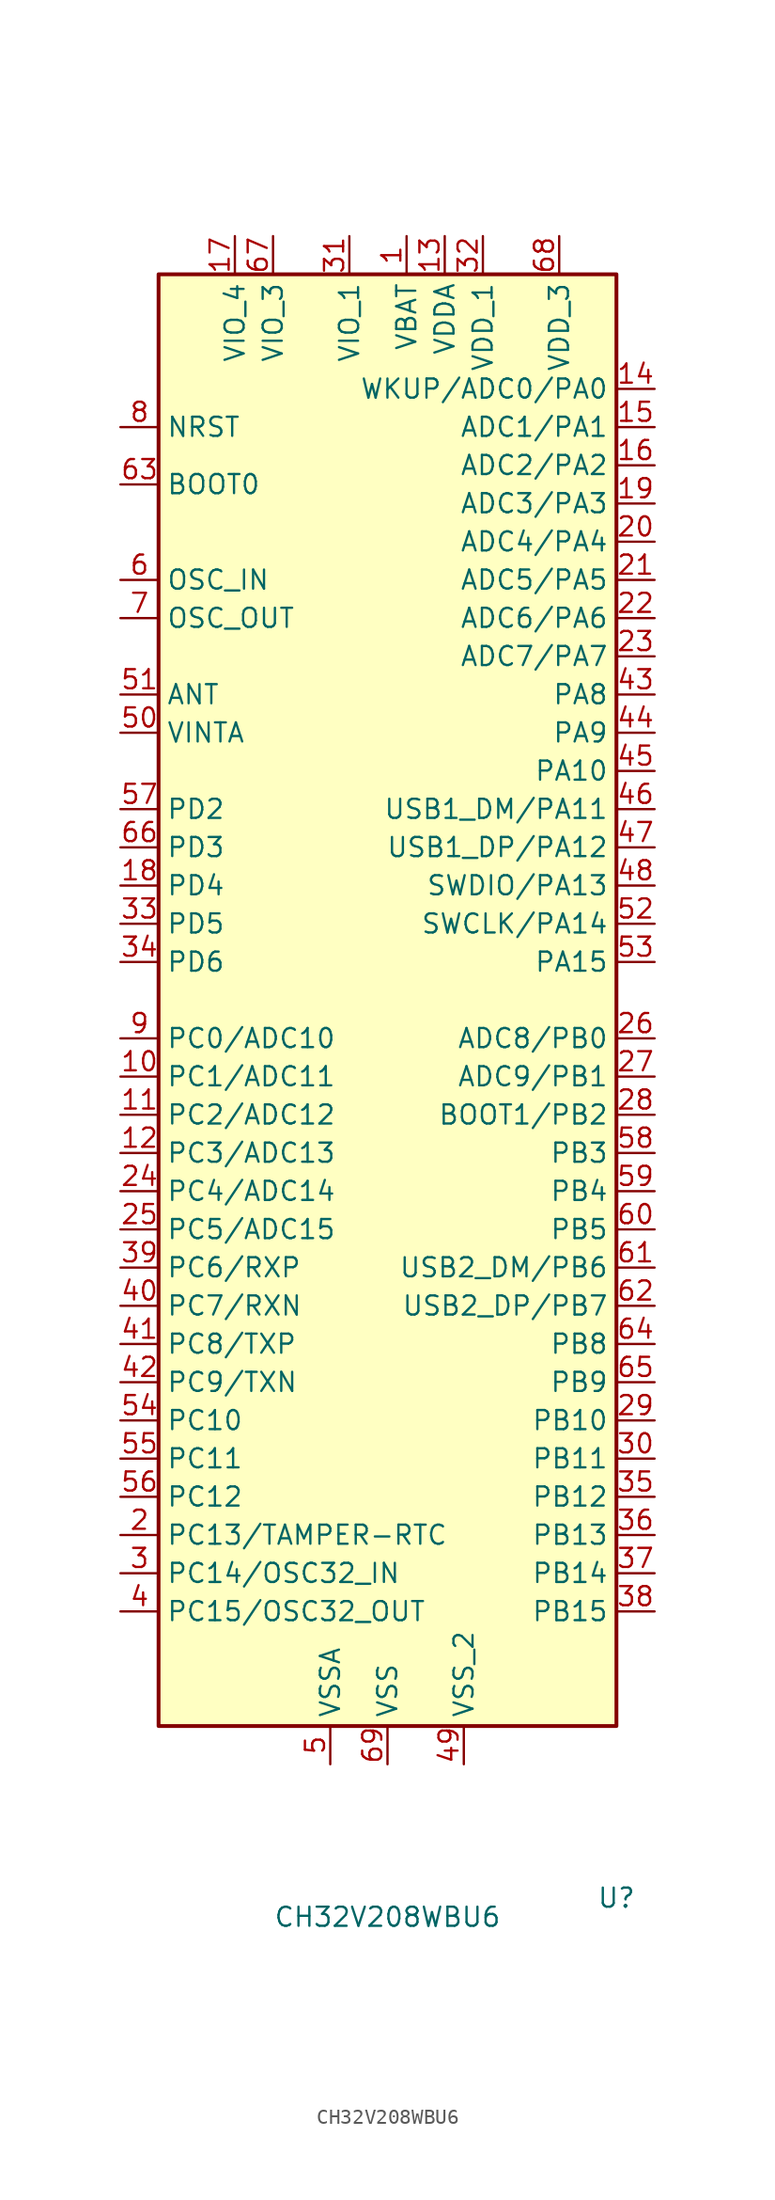
<source format=kicad_sym>
(kicad_symbol_lib
  (version 20220914)
  (generator kicad_symbol_editor)
  (symbol "CH32V208WBU6"
    (property "Reference" "U"
      (at 15.24 -59.69 0)
      (effects (font (size 1.27 1.27))))
    (property "Value" "CH32V208WBU6"
      (at 0 -60.96 0)
      (effects (font (size 1.27 1.27))))
    (symbol "CH32V208WBU6_0_1"
      (rectangle (start -15.24 48.26) (end 15.24 -48.26) (stroke (width 0.254) (type default)) (fill (type background))))
    (symbol "CH32V208WBU6_1_1"
      (pin power_in line (at 1.27 50.8 270) (length 2.54) (name "VBAT" (effects (font (size 1.27 1.27)))) (number "1" (effects (font (size 1.27 1.27)))))
      (pin bidirectional line (at -17.78 -5.08 0) (length 2.54) (name "PC1/ADC11" (effects (font (size 1.27 1.27)))) (number "10" (effects (font (size 1.27 1.27)))))
      (pin bidirectional line (at -17.78 -7.62 0) (length 2.54) (name "PC2/ADC12" (effects (font (size 1.27 1.27)))) (number "11" (effects (font (size 1.27 1.27)))))
      (pin bidirectional line (at -17.78 -10.16 0) (length 2.54) (name "PC3/ADC13" (effects (font (size 1.27 1.27)))) (number "12" (effects (font (size 1.27 1.27)))))
      (pin power_in line (at 3.81 50.8 270) (length 2.54) (name "VDDA" (effects (font (size 1.27 1.27)))) (number "13" (effects (font (size 1.27 1.27)))))
      (pin bidirectional line (at 17.78 40.64 180) (length 2.54) (name "WKUP/ADC0/PA0" (effects (font (size 1.27 1.27)))) (number "14" (effects (font (size 1.27 1.27)))))
      (pin bidirectional line (at 17.78 38.1 180) (length 2.54) (name "ADC1/PA1" (effects (font (size 1.27 1.27)))) (number "15" (effects (font (size 1.27 1.27)))))
      (pin bidirectional line (at 17.78 35.56 180) (length 2.54) (name "ADC2/PA2" (effects (font (size 1.27 1.27)))) (number "16" (effects (font (size 1.27 1.27)))))
      (pin power_in line (at -10.16 50.8 270) (length 2.54) (name "VIO_4" (effects (font (size 1.27 1.27)))) (number "17" (effects (font (size 1.27 1.27)))))
      (pin bidirectional line (at -17.78 7.62 0) (length 2.54) (name "PD4" (effects (font (size 1.27 1.27)))) (number "18" (effects (font (size 1.27 1.27)))))
      (pin bidirectional line (at 17.78 33.02 180) (length 2.54) (name "ADC3/PA3" (effects (font (size 1.27 1.27)))) (number "19" (effects (font (size 1.27 1.27)))))
      (pin bidirectional line (at -17.78 -35.56 0) (length 2.54) (name "PC13/TAMPER-RTC" (effects (font (size 1.27 1.27)))) (number "2" (effects (font (size 1.27 1.27)))))
      (pin bidirectional line (at 17.78 30.48 180) (length 2.54) (name "ADC4/PA4" (effects (font (size 1.27 1.27)))) (number "20" (effects (font (size 1.27 1.27)))))
      (pin bidirectional line (at 17.78 27.94 180) (length 2.54) (name "ADC5/PA5" (effects (font (size 1.27 1.27)))) (number "21" (effects (font (size 1.27 1.27)))))
      (pin bidirectional line (at 17.78 25.4 180) (length 2.54) (name "ADC6/PA6" (effects (font (size 1.27 1.27)))) (number "22" (effects (font (size 1.27 1.27)))))
      (pin bidirectional line (at 17.78 22.86 180) (length 2.54) (name "ADC7/PA7" (effects (font (size 1.27 1.27)))) (number "23" (effects (font (size 1.27 1.27)))))
      (pin bidirectional line (at -17.78 -12.7 0) (length 2.54) (name "PC4/ADC14" (effects (font (size 1.27 1.27)))) (number "24" (effects (font (size 1.27 1.27)))))
      (pin bidirectional line (at -17.78 -15.24 0) (length 2.54) (name "PC5/ADC15" (effects (font (size 1.27 1.27)))) (number "25" (effects (font (size 1.27 1.27)))))
      (pin bidirectional line (at 17.78 -2.54 180) (length 2.54) (name "ADC8/PB0" (effects (font (size 1.27 1.27)))) (number "26" (effects (font (size 1.27 1.27)))))
      (pin bidirectional line (at 17.78 -5.08 180) (length 2.54) (name "ADC9/PB1" (effects (font (size 1.27 1.27)))) (number "27" (effects (font (size 1.27 1.27)))))
      (pin bidirectional line (at 17.78 -7.62 180) (length 2.54) (name "BOOT1/PB2" (effects (font (size 1.27 1.27)))) (number "28" (effects (font (size 1.27 1.27)))))
      (pin bidirectional line (at 17.78 -27.94 180) (length 2.54) (name "PB10" (effects (font (size 1.27 1.27)))) (number "29" (effects (font (size 1.27 1.27)))))
      (pin bidirectional line (at -17.78 -38.1 0) (length 2.54) (name "PC14/OSC32_IN" (effects (font (size 1.27 1.27)))) (number "3" (effects (font (size 1.27 1.27)))))
      (pin bidirectional line (at 17.78 -30.48 180) (length 2.54) (name "PB11" (effects (font (size 1.27 1.27)))) (number "30" (effects (font (size 1.27 1.27)))))
      (pin power_in line (at -2.54 50.8 270) (length 2.54) (name "VIO_1" (effects (font (size 1.27 1.27)))) (number "31" (effects (font (size 1.27 1.27)))))
      (pin power_in line (at 6.35 50.8 270) (length 2.54) (name "VDD_1" (effects (font (size 1.27 1.27)))) (number "32" (effects (font (size 1.27 1.27)))))
      (pin bidirectional line (at -17.78 5.08 0) (length 2.54) (name "PD5" (effects (font (size 1.27 1.27)))) (number "33" (effects (font (size 1.27 1.27)))))
      (pin bidirectional line (at -17.78 2.54 0) (length 2.54) (name "PD6" (effects (font (size 1.27 1.27)))) (number "34" (effects (font (size 1.27 1.27)))))
      (pin bidirectional line (at 17.78 -33.02 180) (length 2.54) (name "PB12" (effects (font (size 1.27 1.27)))) (number "35" (effects (font (size 1.27 1.27)))))
      (pin bidirectional line (at 17.78 -35.56 180) (length 2.54) (name "PB13" (effects (font (size 1.27 1.27)))) (number "36" (effects (font (size 1.27 1.27)))))
      (pin bidirectional line (at 17.78 -38.1 180) (length 2.54) (name "PB14" (effects (font (size 1.27 1.27)))) (number "37" (effects (font (size 1.27 1.27)))))
      (pin bidirectional line (at 17.78 -40.64 180) (length 2.54) (name "PB15" (effects (font (size 1.27 1.27)))) (number "38" (effects (font (size 1.27 1.27)))))
      (pin bidirectional line (at -17.78 -17.78 0) (length 2.54) (name "PC6/RXP" (effects (font (size 1.27 1.27)))) (number "39" (effects (font (size 1.27 1.27)))))
      (pin bidirectional line (at -17.78 -40.64 0) (length 2.54) (name "PC15/OSC32_OUT" (effects (font (size 1.27 1.27)))) (number "4" (effects (font (size 1.27 1.27)))))
      (pin bidirectional line (at -17.78 -20.32 0) (length 2.54) (name "PC7/RXN" (effects (font (size 1.27 1.27)))) (number "40" (effects (font (size 1.27 1.27)))))
      (pin bidirectional line (at -17.78 -22.86 0) (length 2.54) (name "PC8/TXP" (effects (font (size 1.27 1.27)))) (number "41" (effects (font (size 1.27 1.27)))))
      (pin bidirectional line (at -17.78 -25.4 0) (length 2.54) (name "PC9/TXN" (effects (font (size 1.27 1.27)))) (number "42" (effects (font (size 1.27 1.27)))))
      (pin bidirectional line (at 17.78 20.32 180) (length 2.54) (name "PA8" (effects (font (size 1.27 1.27)))) (number "43" (effects (font (size 1.27 1.27)))))
      (pin bidirectional line (at 17.78 17.78 180) (length 2.54) (name "PA9" (effects (font (size 1.27 1.27)))) (number "44" (effects (font (size 1.27 1.27)))))
      (pin bidirectional line (at 17.78 15.24 180) (length 2.54) (name "PA10" (effects (font (size 1.27 1.27)))) (number "45" (effects (font (size 1.27 1.27)))))
      (pin bidirectional line (at 17.78 12.7 180) (length 2.54) (name "USB1_DM/PA11" (effects (font (size 1.27 1.27)))) (number "46" (effects (font (size 1.27 1.27)))))
      (pin bidirectional line (at 17.78 10.16 180) (length 2.54) (name "USB1_DP/PA12" (effects (font (size 1.27 1.27)))) (number "47" (effects (font (size 1.27 1.27)))))
      (pin bidirectional line (at 17.78 7.62 180) (length 2.54) (name "SWDIO/PA13" (effects (font (size 1.27 1.27)))) (number "48" (effects (font (size 1.27 1.27)))))
      (pin power_in line (at 5.08 -50.8 90) (length 2.54) (name "VSS_2" (effects (font (size 1.27 1.27)))) (number "49" (effects (font (size 1.27 1.27)))))
      (pin power_in line (at -3.81 -50.8 90) (length 2.54) (name "VSSA" (effects (font (size 1.27 1.27)))) (number "5" (effects (font (size 1.27 1.27)))))
      (pin bidirectional line (at -17.78 17.78 0) (length 2.54) (name "VINTA" (effects (font (size 1.27 1.27)))) (number "50" (effects (font (size 1.27 1.27)))))
      (pin bidirectional line (at -17.78 20.32 0) (length 2.54) (name "ANT" (effects (font (size 1.27 1.27)))) (number "51" (effects (font (size 1.27 1.27)))))
      (pin bidirectional line (at 17.78 5.08 180) (length 2.54) (name "SWCLK/PA14" (effects (font (size 1.27 1.27)))) (number "52" (effects (font (size 1.27 1.27)))))
      (pin bidirectional line (at 17.78 2.54 180) (length 2.54) (name "PA15" (effects (font (size 1.27 1.27)))) (number "53" (effects (font (size 1.27 1.27)))))
      (pin bidirectional line (at -17.78 -27.94 0) (length 2.54) (name "PC10" (effects (font (size 1.27 1.27)))) (number "54" (effects (font (size 1.27 1.27)))))
      (pin bidirectional line (at -17.78 -30.48 0) (length 2.54) (name "PC11" (effects (font (size 1.27 1.27)))) (number "55" (effects (font (size 1.27 1.27)))))
      (pin bidirectional line (at -17.78 -33.02 0) (length 2.54) (name "PC12" (effects (font (size 1.27 1.27)))) (number "56" (effects (font (size 1.27 1.27)))))
      (pin bidirectional line (at -17.78 12.7 0) (length 2.54) (name "PD2" (effects (font (size 1.27 1.27)))) (number "57" (effects (font (size 1.27 1.27)))))
      (pin bidirectional line (at 17.78 -10.16 180) (length 2.54) (name "PB3" (effects (font (size 1.27 1.27)))) (number "58" (effects (font (size 1.27 1.27)))))
      (pin bidirectional line (at 17.78 -12.7 180) (length 2.54) (name "PB4" (effects (font (size 1.27 1.27)))) (number "59" (effects (font (size 1.27 1.27)))))
      (pin bidirectional line (at -17.78 27.94 0) (length 2.54) (name "OSC_IN" (effects (font (size 1.27 1.27)))) (number "6" (effects (font (size 1.27 1.27)))))
      (pin bidirectional line (at 17.78 -15.24 180) (length 2.54) (name "PB5" (effects (font (size 1.27 1.27)))) (number "60" (effects (font (size 1.27 1.27)))))
      (pin bidirectional line (at 17.78 -17.78 180) (length 2.54) (name "USB2_DM/PB6" (effects (font (size 1.27 1.27)))) (number "61" (effects (font (size 1.27 1.27)))))
      (pin bidirectional line (at 17.78 -20.32 180) (length 2.54) (name "USB2_DP/PB7" (effects (font (size 1.27 1.27)))) (number "62" (effects (font (size 1.27 1.27)))))
      (pin bidirectional line (at -17.78 34.29 0) (length 2.54) (name "BOOT0" (effects (font (size 1.27 1.27)))) (number "63" (effects (font (size 1.27 1.27)))))
      (pin bidirectional line (at 17.78 -22.86 180) (length 2.54) (name "PB8" (effects (font (size 1.27 1.27)))) (number "64" (effects (font (size 1.27 1.27)))))
      (pin bidirectional line (at 17.78 -25.4 180) (length 2.54) (name "PB9" (effects (font (size 1.27 1.27)))) (number "65" (effects (font (size 1.27 1.27)))))
      (pin bidirectional line (at -17.78 10.16 0) (length 2.54) (name "PD3" (effects (font (size 1.27 1.27)))) (number "66" (effects (font (size 1.27 1.27)))))
      (pin power_in line (at -7.62 50.8 270) (length 2.54) (name "VIO_3" (effects (font (size 1.27 1.27)))) (number "67" (effects (font (size 1.27 1.27)))))
      (pin power_in line (at 11.43 50.8 270) (length 2.54) (name "VDD_3" (effects (font (size 1.27 1.27)))) (number "68" (effects (font (size 1.27 1.27)))))
      (pin power_in line (at 0 -50.8 90) (length 2.54) (name "VSS" (effects (font (size 1.27 1.27)))) (number "69" (effects (font (size 1.27 1.27)))))
      (pin bidirectional line (at -17.78 25.4 0) (length 2.54) (name "OSC_OUT" (effects (font (size 1.27 1.27)))) (number "7" (effects (font (size 1.27 1.27)))))
      (pin bidirectional line (at -17.78 38.1 0) (length 2.54) (name "NRST" (effects (font (size 1.27 1.27)))) (number "8" (effects (font (size 1.27 1.27)))))
      (pin bidirectional line (at -17.78 -2.54 0) (length 2.54) (name "PC0/ADC10" (effects (font (size 1.27 1.27)))) (number "9" (effects (font (size 1.27 1.27))))))))
</source>
